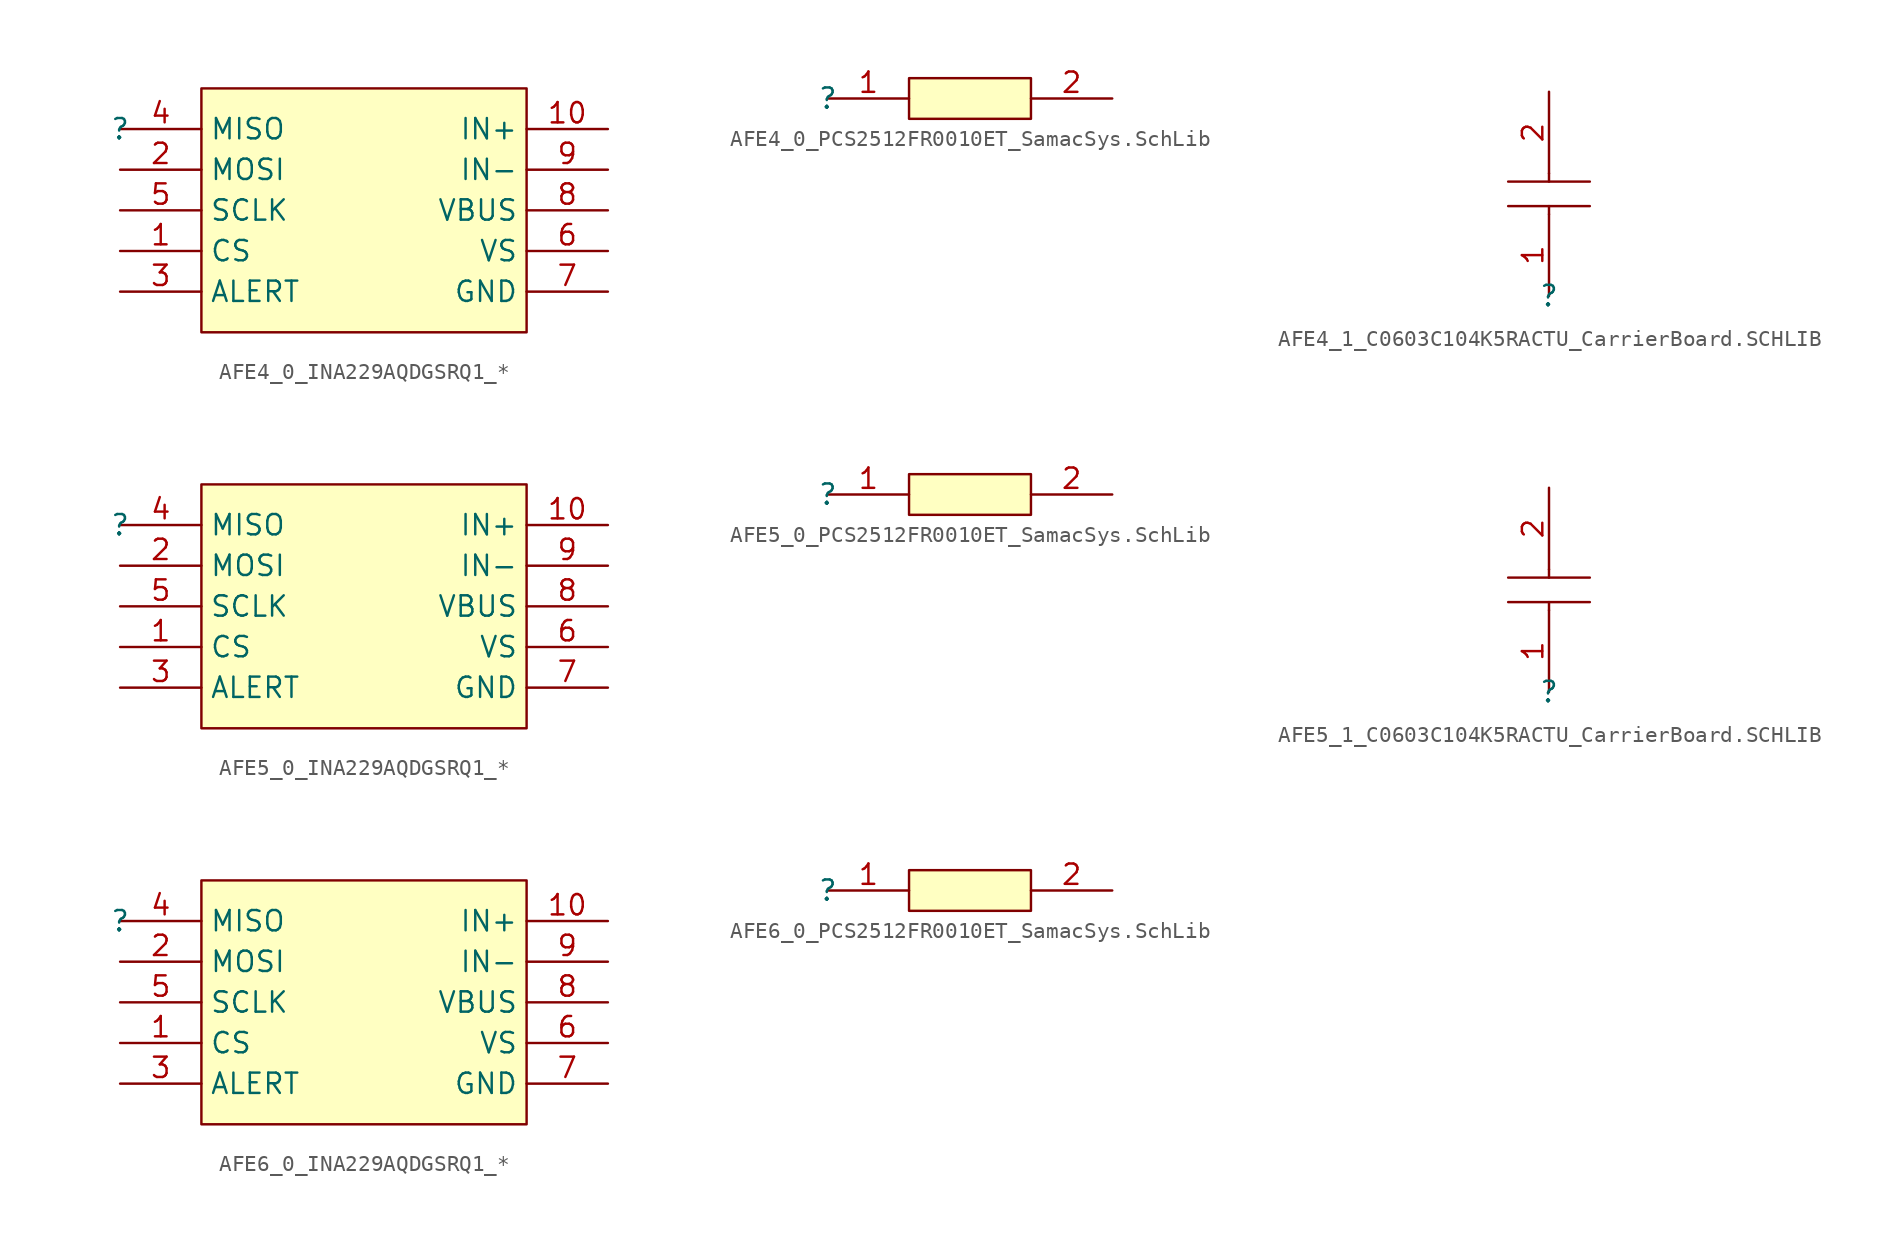
<source format=kicad_sym>
(kicad_symbol_lib
  (version 20241209)
  (generator "kicad_symbol_editor")
  (generator_version "9.0")
  (symbol "AFE4_0_INA229AQDGSRQ1_*"
    (property "Reference" ""
      (at 0 0 0)
      (effects (font (size 1.27 1.27))))
    (property "Value" ""
      (at 0 0 0)
      (effects (font (size 1.27 1.27))))
    (symbol "AFE4_0_INA229AQDGSRQ1_*_1_0"
      (rectangle (start 25.4 2.54) (end 5.08 -12.7) (stroke (width 0) (type solid) (color 128 0 0 1)) (fill (type background)))
      (pin passive line (at 0 0 0) (length 5.08) (name "MISO" (effects (font (size 1.27 1.27)))) (number "4" (effects (font (size 1.27 1.27)))))
      (pin passive line (at 0 -2.54 0) (length 5.08) (name "MOSI" (effects (font (size 1.27 1.27)))) (number "2" (effects (font (size 1.27 1.27)))))
      (pin passive line (at 0 -5.08 0) (length 5.08) (name "SCLK" (effects (font (size 1.27 1.27)))) (number "5" (effects (font (size 1.27 1.27)))))
      (pin passive line (at 0 -7.62 0) (length 5.08) (name "CS" (effects (font (size 1.27 1.27)))) (number "1" (effects (font (size 1.27 1.27)))))
      (pin passive line (at 0 -10.16 0) (length 5.08) (name "ALERT" (effects (font (size 1.27 1.27)))) (number "3" (effects (font (size 1.27 1.27)))))
      (pin passive line (at 30.48 0 180) (length 5.08) (name "IN+" (effects (font (size 1.27 1.27)))) (number "10" (effects (font (size 1.27 1.27)))))
      (pin passive line (at 30.48 -2.54 180) (length 5.08) (name "IN-" (effects (font (size 1.27 1.27)))) (number "9" (effects (font (size 1.27 1.27)))))
      (pin passive line (at 30.48 -5.08 180) (length 5.08) (name "VBUS" (effects (font (size 1.27 1.27)))) (number "8" (effects (font (size 1.27 1.27)))))
      (pin passive line (at 30.48 -7.62 180) (length 5.08) (name "VS" (effects (font (size 1.27 1.27)))) (number "6" (effects (font (size 1.27 1.27)))))
      (pin passive line (at 30.48 -10.16 180) (length 5.08) (name "GND" (effects (font (size 1.27 1.27)))) (number "7" (effects (font (size 1.27 1.27)))))))
  (symbol "AFE4_0_PCS2512FR0010ET_SamacSys.SchLib"
    (pin_names
      (hide yes))
    (property "Reference" ""
      (at 0 0 0)
      (effects (font (size 1.27 1.27))))
    (property "Value" ""
      (at 0 0 0)
      (effects (font (size 1.27 1.27))))
    (symbol "AFE4_0_PCS2512FR0010ET_SamacSys.SchLib_1_0"
      (rectangle (start 12.7 1.27) (end 5.08 -1.27) (stroke (width 0) (type solid) (color 128 0 0 1)) (fill (type background)))
      (pin passive line (at 0 0 0) (length 5.08) (name "1" (effects (font (size 1.27 1.27)))) (number "1" (effects (font (size 1.27 1.27)))))
      (pin passive line (at 17.78 0 180) (length 5.08) (name "2" (effects (font (size 1.27 1.27)))) (number "2" (effects (font (size 1.27 1.27)))))))
  (symbol "AFE4_1_C0603C104K5RACTU_CarrierBoard.SCHLIB"
    (pin_names
      (hide yes))
    (property "Reference" ""
      (at 0 0 0)
      (effects (font (size 1.27 1.27))))
    (property "Value" ""
      (at 0 0 0)
      (effects (font (size 1.27 1.27))))
    (symbol "AFE4_1_C0603C104K5RACTU_CarrierBoard.SCHLIB_1_0"
      (polyline (pts (xy -2.54 7.112) (xy 2.54 7.112)) (stroke (width 0) (type solid)) (fill (type none)))
      (polyline (pts (xy -2.54 5.588) (xy 2.54 5.588)) (stroke (width 0) (type solid)) (fill (type none)))
      (polyline (pts (xy 0 7.112) (xy 0 7.62)) (stroke (width 0) (type solid)) (fill (type none)))
      (polyline (pts (xy 0 5.08) (xy 0 5.588)) (stroke (width 0) (type solid)) (fill (type none)))
      (pin passive line (at 0 12.7 270) (length 5.08) (name "2" (effects (font (size 1.27 1.27)))) (number "2" (effects (font (size 1.27 1.27)))))
      (pin passive line (at 0 0 90) (length 5.08) (name "1" (effects (font (size 1.27 1.27)))) (number "1" (effects (font (size 1.27 1.27)))))))
  (symbol "AFE5_0_INA229AQDGSRQ1_*"
    (property "Reference" ""
      (at 0 0 0)
      (effects (font (size 1.27 1.27))))
    (property "Value" ""
      (at 0 0 0)
      (effects (font (size 1.27 1.27))))
    (symbol "AFE5_0_INA229AQDGSRQ1_*_1_0"
      (rectangle (start 25.4 2.54) (end 5.08 -12.7) (stroke (width 0) (type solid) (color 128 0 0 1)) (fill (type background)))
      (pin passive line (at 0 0 0) (length 5.08) (name "MISO" (effects (font (size 1.27 1.27)))) (number "4" (effects (font (size 1.27 1.27)))))
      (pin passive line (at 0 -2.54 0) (length 5.08) (name "MOSI" (effects (font (size 1.27 1.27)))) (number "2" (effects (font (size 1.27 1.27)))))
      (pin passive line (at 0 -5.08 0) (length 5.08) (name "SCLK" (effects (font (size 1.27 1.27)))) (number "5" (effects (font (size 1.27 1.27)))))
      (pin passive line (at 0 -7.62 0) (length 5.08) (name "CS" (effects (font (size 1.27 1.27)))) (number "1" (effects (font (size 1.27 1.27)))))
      (pin passive line (at 0 -10.16 0) (length 5.08) (name "ALERT" (effects (font (size 1.27 1.27)))) (number "3" (effects (font (size 1.27 1.27)))))
      (pin passive line (at 30.48 0 180) (length 5.08) (name "IN+" (effects (font (size 1.27 1.27)))) (number "10" (effects (font (size 1.27 1.27)))))
      (pin passive line (at 30.48 -2.54 180) (length 5.08) (name "IN-" (effects (font (size 1.27 1.27)))) (number "9" (effects (font (size 1.27 1.27)))))
      (pin passive line (at 30.48 -5.08 180) (length 5.08) (name "VBUS" (effects (font (size 1.27 1.27)))) (number "8" (effects (font (size 1.27 1.27)))))
      (pin passive line (at 30.48 -7.62 180) (length 5.08) (name "VS" (effects (font (size 1.27 1.27)))) (number "6" (effects (font (size 1.27 1.27)))))
      (pin passive line (at 30.48 -10.16 180) (length 5.08) (name "GND" (effects (font (size 1.27 1.27)))) (number "7" (effects (font (size 1.27 1.27)))))))
  (symbol "AFE5_0_PCS2512FR0010ET_SamacSys.SchLib"
    (pin_names
      (hide yes))
    (property "Reference" ""
      (at 0 0 0)
      (effects (font (size 1.27 1.27))))
    (property "Value" ""
      (at 0 0 0)
      (effects (font (size 1.27 1.27))))
    (symbol "AFE5_0_PCS2512FR0010ET_SamacSys.SchLib_1_0"
      (rectangle (start 12.7 1.27) (end 5.08 -1.27) (stroke (width 0) (type solid) (color 128 0 0 1)) (fill (type background)))
      (pin passive line (at 0 0 0) (length 5.08) (name "1" (effects (font (size 1.27 1.27)))) (number "1" (effects (font (size 1.27 1.27)))))
      (pin passive line (at 17.78 0 180) (length 5.08) (name "2" (effects (font (size 1.27 1.27)))) (number "2" (effects (font (size 1.27 1.27)))))))
  (symbol "AFE5_1_C0603C104K5RACTU_CarrierBoard.SCHLIB"
    (pin_names
      (hide yes))
    (property "Reference" ""
      (at 0 0 0)
      (effects (font (size 1.27 1.27))))
    (property "Value" ""
      (at 0 0 0)
      (effects (font (size 1.27 1.27))))
    (symbol "AFE5_1_C0603C104K5RACTU_CarrierBoard.SCHLIB_1_0"
      (polyline (pts (xy -2.54 7.112) (xy 2.54 7.112)) (stroke (width 0) (type solid)) (fill (type none)))
      (polyline (pts (xy -2.54 5.588) (xy 2.54 5.588)) (stroke (width 0) (type solid)) (fill (type none)))
      (polyline (pts (xy 0 7.112) (xy 0 7.62)) (stroke (width 0) (type solid)) (fill (type none)))
      (polyline (pts (xy 0 5.08) (xy 0 5.588)) (stroke (width 0) (type solid)) (fill (type none)))
      (pin passive line (at 0 12.7 270) (length 5.08) (name "2" (effects (font (size 1.27 1.27)))) (number "2" (effects (font (size 1.27 1.27)))))
      (pin passive line (at 0 0 90) (length 5.08) (name "1" (effects (font (size 1.27 1.27)))) (number "1" (effects (font (size 1.27 1.27)))))))
  (symbol "AFE6_0_INA229AQDGSRQ1_*"
    (property "Reference" ""
      (at 0 0 0)
      (effects (font (size 1.27 1.27))))
    (property "Value" ""
      (at 0 0 0)
      (effects (font (size 1.27 1.27))))
    (symbol "AFE6_0_INA229AQDGSRQ1_*_1_0"
      (rectangle (start 25.4 2.54) (end 5.08 -12.7) (stroke (width 0) (type solid) (color 128 0 0 1)) (fill (type background)))
      (pin passive line (at 0 0 0) (length 5.08) (name "MISO" (effects (font (size 1.27 1.27)))) (number "4" (effects (font (size 1.27 1.27)))))
      (pin passive line (at 0 -2.54 0) (length 5.08) (name "MOSI" (effects (font (size 1.27 1.27)))) (number "2" (effects (font (size 1.27 1.27)))))
      (pin passive line (at 0 -5.08 0) (length 5.08) (name "SCLK" (effects (font (size 1.27 1.27)))) (number "5" (effects (font (size 1.27 1.27)))))
      (pin passive line (at 0 -7.62 0) (length 5.08) (name "CS" (effects (font (size 1.27 1.27)))) (number "1" (effects (font (size 1.27 1.27)))))
      (pin passive line (at 0 -10.16 0) (length 5.08) (name "ALERT" (effects (font (size 1.27 1.27)))) (number "3" (effects (font (size 1.27 1.27)))))
      (pin passive line (at 30.48 0 180) (length 5.08) (name "IN+" (effects (font (size 1.27 1.27)))) (number "10" (effects (font (size 1.27 1.27)))))
      (pin passive line (at 30.48 -2.54 180) (length 5.08) (name "IN-" (effects (font (size 1.27 1.27)))) (number "9" (effects (font (size 1.27 1.27)))))
      (pin passive line (at 30.48 -5.08 180) (length 5.08) (name "VBUS" (effects (font (size 1.27 1.27)))) (number "8" (effects (font (size 1.27 1.27)))))
      (pin passive line (at 30.48 -7.62 180) (length 5.08) (name "VS" (effects (font (size 1.27 1.27)))) (number "6" (effects (font (size 1.27 1.27)))))
      (pin passive line (at 30.48 -10.16 180) (length 5.08) (name "GND" (effects (font (size 1.27 1.27)))) (number "7" (effects (font (size 1.27 1.27)))))))
  (symbol "AFE6_0_PCS2512FR0010ET_SamacSys.SchLib"
    (pin_names
      (hide yes))
    (property "Reference" ""
      (at 0 0 0)
      (effects (font (size 1.27 1.27))))
    (property "Value" ""
      (at 0 0 0)
      (effects (font (size 1.27 1.27))))
    (symbol "AFE6_0_PCS2512FR0010ET_SamacSys.SchLib_1_0"
      (rectangle (start 12.7 1.27) (end 5.08 -1.27) (stroke (width 0) (type solid) (color 128 0 0 1)) (fill (type background)))
      (pin passive line (at 0 0 0) (length 5.08) (name "1" (effects (font (size 1.27 1.27)))) (number "1" (effects (font (size 1.27 1.27)))))
      (pin passive line (at 17.78 0 180) (length 5.08) (name "2" (effects (font (size 1.27 1.27)))) (number "2" (effects (font (size 1.27 1.27))))))))
</source>
